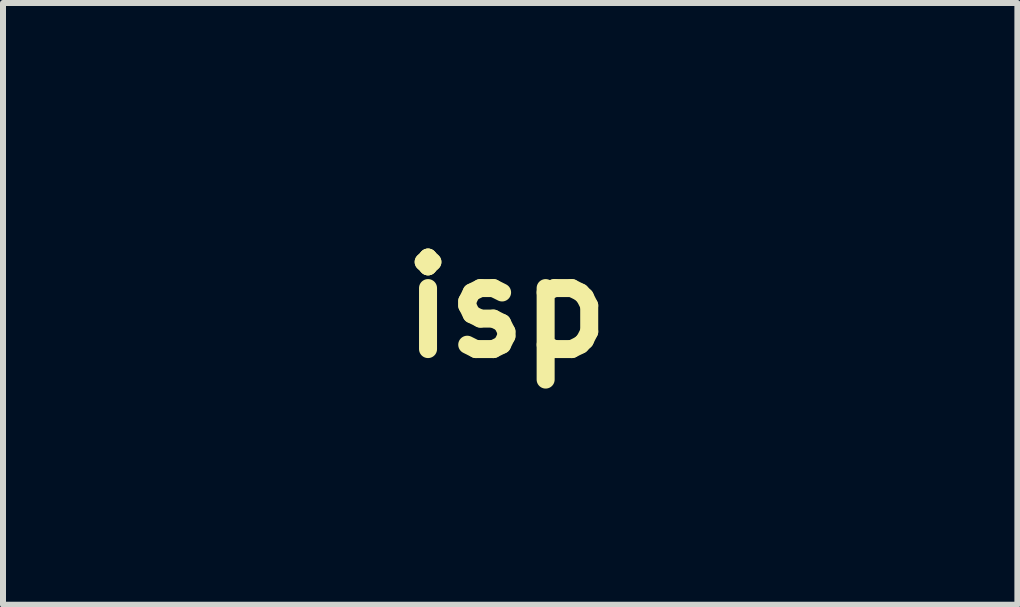
<source format=kicad_pcb>
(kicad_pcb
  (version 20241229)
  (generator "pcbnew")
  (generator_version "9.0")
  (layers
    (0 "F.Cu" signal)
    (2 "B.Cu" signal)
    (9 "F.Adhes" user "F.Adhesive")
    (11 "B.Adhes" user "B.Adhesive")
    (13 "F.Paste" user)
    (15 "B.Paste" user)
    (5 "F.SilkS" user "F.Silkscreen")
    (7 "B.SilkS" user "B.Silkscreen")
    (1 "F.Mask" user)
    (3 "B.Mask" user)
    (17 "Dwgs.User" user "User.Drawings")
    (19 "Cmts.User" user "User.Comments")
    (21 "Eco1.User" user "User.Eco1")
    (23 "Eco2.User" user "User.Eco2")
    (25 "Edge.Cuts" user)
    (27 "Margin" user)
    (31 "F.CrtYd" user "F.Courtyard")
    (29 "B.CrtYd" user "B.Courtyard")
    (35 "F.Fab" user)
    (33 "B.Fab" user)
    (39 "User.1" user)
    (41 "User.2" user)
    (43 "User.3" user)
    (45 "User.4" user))
  (footprint "isp"
    (layer "F.Cu")
    (at 5.387 2.076)
    (property "Reference" "isp" (at 0 0 0) (layer "F.SilkS") (effects (font (size 1.524 1.524) (thickness 0.3))))
    (attr through_hole)
    (fp_poly (pts (xy 1.58 0.452) (xy 0.564 0.452) (xy 0.564 0.198) (xy 1.58 0.198) (xy 1.58 0.452)) (stroke (width 0.01) (type solid)) (fill yes) (layer "F.Mask"))
    (fp_poly (pts (xy 3.528 -1.722) (xy 2.512 -1.722) (xy 2.512 -1.976) (xy 3.528 -1.976) (xy 3.528 -1.722)) (stroke (width 0.01) (type solid)) (fill yes) (layer "F.Mask"))
    (fp_poly (pts (xy -3.246 -0.706) (xy -2.427 -0.706) (xy -2.427 -0.423) (xy -3.246 -0.423) (xy -3.246 -0.085) (xy -3.443 -0.085) (xy -3.443 -1.044) (xy -3.246 -1.044) (xy -3.246 -0.706)) (stroke (width 0.01) (type solid)) (fill yes) (layer "F.Mask"))
    (fp_poly (pts (xy 5.503 0.105) (xy 5.16 0.286) (xy 4.818 0.466) (xy 5.16 0.474) (xy 5.503 0.482) (xy 5.503 0.734) (xy 4.459 0.734) (xy 4.46 0.586) (xy 4.46 0.437) (xy 4.805 0.254) (xy 5.151 0.071) (xy 4.805 0.063) (xy 4.459 0.055) (xy 4.459 -0.198) (xy 5.503 -0.198) (xy 5.503 0.105)) (stroke (width 0.01) (type solid)) (fill yes) (layer "F.Mask"))
    (fp_poly (pts (xy -0.452 -0.89) (xy -0.655 -0.685) (xy -0.859 -0.48) (xy -0.452 -0.48) (xy -0.452 -0.226) (xy -1.496 -0.226) (xy -1.496 -0.48) (xy -1.116 -0.48) (xy -1.306 -0.671) (xy -1.394 -0.761) (xy -1.449 -0.824) (xy -1.48 -0.875) (xy -1.493 -0.927) (xy -1.496 -0.993) (xy -1.496 -1.017) (xy -1.496 -1.171) (xy -1.003 -0.678) (xy -0.452 -1.227) (xy -0.452 -0.89)) (stroke (width 0.01) (type solid)) (fill yes) (layer "F.Mask"))
    (fp_poly (pts (xy -5.31 0.857) (xy -5.234 0.883) (xy -5.122 0.923) (xy -4.984 0.973) (xy -4.84 1.027) (xy -4.36 1.205) (xy -4.352 1.372) (xy -4.345 1.538) (xy -5.362 1.911) (xy -5.362 1.643) (xy -5.034 1.526) (xy -4.904 1.479) (xy -4.791 1.438) (xy -4.708 1.405) (xy -4.665 1.387) (xy -4.665 1.387) (xy -4.669 1.369) (xy -4.725 1.337) (xy -4.833 1.292) (xy -4.986 1.237) (xy -5.348 1.109) (xy -5.357 0.978) (xy -5.357 0.901) (xy -5.349 0.854) (xy -5.343 0.847) (xy -5.31 0.857)) (stroke (width 0.01) (type solid)) (fill yes) (layer "F.Mask"))
    (fp_poly (pts (xy 3.528 1.014) (xy 2.836 1.03) (xy 3.076 1.131) (xy 3.189 1.18) (xy 3.259 1.215) (xy 3.297 1.245) (xy 3.313 1.278) (xy 3.316 1.322) (xy 3.316 1.328) (xy 3.314 1.374) (xy 3.3 1.408) (xy 3.264 1.438) (xy 3.197 1.472) (xy 3.089 1.519) (xy 3.08 1.523) (xy 2.845 1.623) (xy 3.528 1.639) (xy 3.528 1.891) (xy 2.512 1.891) (xy 2.512 1.559) (xy 2.787 1.445) (xy 3.062 1.331) (xy 2.935 1.276) (xy 2.832 1.231) (xy 2.713 1.18) (xy 2.66 1.158) (xy 2.512 1.094) (xy 2.512 0.762) (xy 3.528 0.762) (xy 3.528 1.014)) (stroke (width 0.01) (type solid)) (fill yes) (layer "F.Mask"))
    (fp_poly (pts (xy 1.58 0.986) (xy 1.239 0.994) (xy 0.897 1.002) (xy 1.133 1.102) (xy 1.244 1.15) (xy 1.314 1.185) (xy 1.351 1.215) (xy 1.366 1.248) (xy 1.369 1.293) (xy 1.369 1.298) (xy 1.367 1.345) (xy 1.353 1.379) (xy 1.319 1.409) (xy 1.254 1.442) (xy 1.148 1.487) (xy 1.129 1.495) (xy 0.889 1.595) (xy 1.235 1.602) (xy 1.58 1.61) (xy 1.58 1.863) (xy 0.564 1.863) (xy 0.564 1.532) (xy 0.818 1.425) (xy 0.927 1.378) (xy 1.012 1.337) (xy 1.063 1.308) (xy 1.072 1.298) (xy 1.048 1.279) (xy 0.983 1.245) (xy 0.887 1.201) (xy 0.818 1.171) (xy 0.564 1.065) (xy 0.564 0.734) (xy 1.58 0.734) (xy 1.58 0.986)) (stroke (width 0.01) (type solid)) (fill yes) (layer "F.Mask"))
    (fp_poly (pts (xy -5.152 -0.015) (xy -5.19 0.13) (xy -5.179 0.259) (xy -5.124 0.364) (xy -5.027 0.438) (xy -4.903 0.472) (xy -4.753 0.469) (xy -4.636 0.422) (xy -4.557 0.336) (xy -4.519 0.212) (xy -4.516 0.155) (xy -4.528 0.059) (xy -4.559 -0.03) (xy -4.559 -0.03) (xy -4.602 -0.113) (xy -4.493 -0.113) (xy -4.421 -0.108) (xy -4.382 -0.084) (xy -4.357 -0.024) (xy -4.351 -0.004) (xy -4.318 0.184) (xy -4.334 0.355) (xy -4.393 0.503) (xy -4.489 0.623) (xy -4.617 0.708) (xy -4.77 0.753) (xy -4.945 0.752) (xy -5.045 0.73) (xy -5.167 0.668) (xy -5.268 0.562) (xy -5.341 0.427) (xy -5.381 0.273) (xy -5.38 0.113) (xy -5.379 0.107) (xy -5.354 -0.007) (xy -5.319 -0.075) (xy -5.266 -0.107) (xy -5.207 -0.113) (xy -5.111 -0.113) (xy -5.152 -0.015)) (stroke (width 0.01) (type solid)) (fill yes) (layer "F.Mask"))
    (fp_poly (pts (xy 5.179 -1.384) (xy 5.25 -1.348) (xy 5.347 -1.268) (xy 5.417 -1.176) (xy 5.464 -1.061) (xy 5.491 -0.912) (xy 5.501 -0.721) (xy 5.502 -0.67) (xy 5.503 -0.452) (xy 4.451 -0.452) (xy 4.467 -0.745) (xy 4.471 -0.793) (xy 4.664 -0.793) (xy 4.669 -0.737) (xy 4.672 -0.732) (xy 4.708 -0.72) (xy 4.792 -0.712) (xy 4.916 -0.71) (xy 4.991 -0.712) (xy 5.292 -0.72) (xy 5.289 -0.837) (xy 5.266 -0.971) (xy 5.2 -1.068) (xy 5.095 -1.125) (xy 5.088 -1.127) (xy 4.972 -1.14) (xy 4.859 -1.122) (xy 4.768 -1.076) (xy 4.73 -1.036) (xy 4.699 -0.965) (xy 4.675 -0.877) (xy 4.664 -0.793) (xy 4.471 -0.793) (xy 4.483 -0.932) (xy 4.509 -1.074) (xy 4.549 -1.18) (xy 4.604 -1.261) (xy 4.632 -1.289) (xy 4.749 -1.364) (xy 4.892 -1.406) (xy 5.041 -1.413) (xy 5.179 -1.384)) (stroke (width 0.01) (type solid)) (fill yes) (layer "F.Mask"))
    (fp_poly (pts (xy -4.429 -1.15) (xy -4.388 -1.117) (xy -4.359 -1.059) (xy -4.32 -0.902) (xy -4.327 -0.737) (xy -4.374 -0.58) (xy -4.459 -0.445) (xy -4.526 -0.382) (xy -4.65 -0.319) (xy -4.799 -0.289) (xy -4.955 -0.293) (xy -5.096 -0.334) (xy -5.096 -0.334) (xy -5.231 -0.426) (xy -5.326 -0.555) (xy -5.377 -0.714) (xy -5.382 -0.896) (xy -5.381 -0.909) (xy -5.36 -1.032) (xy -5.327 -1.109) (xy -5.276 -1.147) (xy -5.206 -1.157) (xy -5.141 -1.156) (xy -5.115 -1.144) (xy -5.121 -1.107) (xy -5.151 -1.034) (xy -5.189 -0.895) (xy -5.178 -0.772) (xy -5.153 -0.71) (xy -5.085 -0.628) (xy -4.979 -0.581) (xy -4.831 -0.564) (xy -4.823 -0.564) (xy -4.727 -0.57) (xy -4.66 -0.595) (xy -4.598 -0.647) (xy -4.533 -0.75) (xy -4.514 -0.879) (xy -4.543 -1.024) (xy -4.556 -1.059) (xy -4.597 -1.157) (xy -4.499 -1.157) (xy -4.429 -1.15)) (stroke (width 0.01) (type solid)) (fill yes) (layer "F.Mask"))
    (fp_poly (pts (xy -0.548 0.006) (xy -0.508 0.033) (xy -0.483 0.089) (xy -0.453 0.235) (xy -0.455 0.397) (xy -0.486 0.549) (xy -0.517 0.622) (xy -0.61 0.742) (xy -0.737 0.825) (xy -0.887 0.87) (xy -1.048 0.871) (xy -1.208 0.828) (xy -1.235 0.815) (xy -1.363 0.722) (xy -1.449 0.593) (xy -1.491 0.43) (xy -1.496 0.347) (xy -1.491 0.238) (xy -1.477 0.138) (xy -1.465 0.089) (xy -1.435 0.028) (xy -1.39 0.003) (xy -1.335 0) (xy -1.27 0.004) (xy -1.25 0.022) (xy -1.256 0.049) (xy -1.305 0.214) (xy -1.307 0.354) (xy -1.265 0.465) (xy -1.18 0.544) (xy -1.056 0.586) (xy -0.972 0.593) (xy -0.871 0.587) (xy -0.8 0.565) (xy -0.735 0.518) (xy -0.732 0.515) (xy -0.676 0.455) (xy -0.65 0.392) (xy -0.644 0.303) (xy -0.654 0.202) (xy -0.677 0.109) (xy -0.687 0.085) (xy -0.729 0) (xy -0.621 0) (xy -0.548 0.006)) (stroke (width 0.01) (type solid)) (fill yes) (layer "F.Mask"))
    (fp_poly (pts (xy -2.427 1.241) (xy -2.598 1.327) (xy -2.719 1.399) (xy -2.786 1.467) (xy -2.796 1.487) (xy -2.816 1.559) (xy -2.803 1.604) (xy -2.751 1.628) (xy -2.652 1.636) (xy -2.611 1.637) (xy -2.427 1.637) (xy -2.427 1.891) (xy -3.448 1.891) (xy -3.438 1.569) (xy -3.437 1.531) (xy -3.246 1.531) (xy -3.246 1.64) (xy -3.126 1.631) (xy -3.049 1.622) (xy -3.012 1.6) (xy -2.998 1.555) (xy -2.997 1.547) (xy -3.004 1.452) (xy -3.044 1.384) (xy -3.107 1.355) (xy -3.114 1.355) (xy -3.19 1.374) (xy -3.233 1.434) (xy -3.246 1.531) (xy -3.437 1.531) (xy -3.433 1.427) (xy -3.426 1.33) (xy -3.415 1.265) (xy -3.397 1.22) (xy -3.37 1.184) (xy -3.361 1.173) (xy -3.268 1.112) (xy -3.158 1.096) (xy -3.049 1.123) (xy -2.966 1.183) (xy -2.915 1.233) (xy -2.887 1.246) (xy -2.864 1.224) (xy -2.856 1.211) (xy -2.815 1.173) (xy -2.739 1.122) (xy -2.642 1.067) (xy -2.625 1.058) (xy -2.427 0.959) (xy -2.427 1.241)) (stroke (width 0.01) (type solid)) (fill yes) (layer "F.Mask"))
    (fp_poly (pts (xy 1.265 -2.047) (xy 1.412 -1.981) (xy 1.522 -1.875) (xy 1.579 -1.769) (xy 1.602 -1.658) (xy 1.607 -1.524) (xy 1.592 -1.393) (xy 1.57 -1.318) (xy 1.486 -1.189) (xy 1.364 -1.093) (xy 1.216 -1.036) (xy 1.052 -1.021) (xy 0.883 -1.051) (xy 0.866 -1.057) (xy 0.727 -1.127) (xy 0.631 -1.228) (xy 0.574 -1.363) (xy 0.554 -1.538) (xy 0.553 -1.556) (xy 0.555 -1.593) (xy 0.743 -1.593) (xy 0.745 -1.495) (xy 0.794 -1.404) (xy 0.854 -1.352) (xy 0.961 -1.312) (xy 1.087 -1.301) (xy 1.213 -1.318) (xy 1.316 -1.363) (xy 1.34 -1.383) (xy 1.399 -1.473) (xy 1.412 -1.577) (xy 1.378 -1.676) (xy 1.341 -1.721) (xy 1.248 -1.775) (xy 1.127 -1.8) (xy 0.998 -1.796) (xy 0.882 -1.761) (xy 0.877 -1.758) (xy 0.787 -1.685) (xy 0.743 -1.593) (xy 0.555 -1.593) (xy 0.557 -1.671) (xy 0.574 -1.754) (xy 0.609 -1.827) (xy 0.627 -1.855) (xy 0.733 -1.971) (xy 0.871 -2.042) (xy 1.043 -2.07) (xy 1.087 -2.071) (xy 1.265 -2.047)) (stroke (width 0.01) (type solid)) (fill yes) (layer "F.Mask"))
    (fp_poly (pts (xy 3.269 -0.455) (xy 3.399 -0.368) (xy 3.493 -0.244) (xy 3.546 -0.087) (xy 3.556 0.025) (xy 3.534 0.205) (xy 3.469 0.349) (xy 3.359 0.459) (xy 3.299 0.495) (xy 3.195 0.53) (xy 3.064 0.548) (xy 2.934 0.548) (xy 2.854 0.533) (xy 2.7 0.465) (xy 2.592 0.364) (xy 2.525 0.228) (xy 2.503 0.074) (xy 2.686 0.074) (xy 2.73 0.168) (xy 2.823 0.239) (xy 2.832 0.243) (xy 2.939 0.271) (xy 3.063 0.272) (xy 3.183 0.25) (xy 3.276 0.207) (xy 3.291 0.194) (xy 3.348 0.106) (xy 3.359 0.003) (xy 3.324 -0.096) (xy 3.286 -0.143) (xy 3.238 -0.181) (xy 3.183 -0.201) (xy 3.104 -0.21) (xy 3.015 -0.212) (xy 2.908 -0.21) (xy 2.841 -0.2) (xy 2.795 -0.178) (xy 2.755 -0.139) (xy 2.749 -0.132) (xy 2.691 -0.029) (xy 2.686 0.074) (xy 2.503 0.074) (xy 2.5 0.054) (xy 2.499 0.03) (xy 2.52 -0.151) (xy 2.584 -0.297) (xy 2.689 -0.406) (xy 2.836 -0.476) (xy 2.929 -0.497) (xy 3.111 -0.5) (xy 3.269 -0.455)) (stroke (width 0.01) (type solid)) (fill yes) (layer "F.Mask"))
    (fp_poly (pts (xy -2.593 0.052) (xy -2.498 0.12) (xy -2.435 0.229) (xy -2.407 0.378) (xy -2.415 0.562) (xy -2.427 0.635) (xy -2.462 0.818) (xy -2.571 0.818) (xy -2.641 0.816) (xy -2.679 0.81) (xy -2.681 0.808) (xy -2.673 0.777) (xy -2.651 0.712) (xy -2.639 0.677) (xy -2.603 0.538) (xy -2.598 0.422) (xy -2.622 0.337) (xy -2.675 0.289) (xy -2.714 0.282) (xy -2.756 0.295) (xy -2.79 0.338) (xy -2.821 0.421) (xy -2.849 0.528) (xy -2.896 0.668) (xy -2.963 0.759) (xy -3.056 0.807) (xy -3.157 0.818) (xy -3.248 0.813) (xy -3.308 0.792) (xy -3.36 0.743) (xy -3.369 0.733) (xy -3.439 0.611) (xy -3.468 0.461) (xy -3.46 0.309) (xy -3.442 0.197) (xy -3.423 0.13) (xy -3.392 0.097) (xy -3.344 0.086) (xy -3.31 0.085) (xy -3.245 0.088) (xy -3.223 0.107) (xy -3.231 0.148) (xy -3.245 0.212) (xy -3.259 0.306) (xy -3.265 0.368) (xy -3.27 0.466) (xy -3.26 0.526) (xy -3.233 0.563) (xy -3.232 0.564) (xy -3.177 0.588) (xy -3.128 0.561) (xy -3.084 0.482) (xy -3.044 0.35) (xy -2.996 0.204) (xy -2.936 0.106) (xy -2.855 0.05) (xy -2.748 0.029) (xy -2.72 0.028) (xy -2.593 0.052)) (stroke (width 0.01) (type solid)) (fill yes) (layer "F.Mask"))
    (fp_poly (pts (xy -0.633 1.085) (xy -0.537 1.154) (xy -0.507 1.194) (xy -0.472 1.287) (xy -0.454 1.415) (xy -0.452 1.559) (xy -0.468 1.7) (xy -0.481 1.757) (xy -0.505 1.825) (xy -0.537 1.855) (xy -0.6 1.862) (xy -0.625 1.863) (xy -0.697 1.859) (xy -0.724 1.845) (xy -0.719 1.814) (xy -0.719 1.813) (xy -0.681 1.706) (xy -0.653 1.59) (xy -0.639 1.488) (xy -0.641 1.431) (xy -0.673 1.345) (xy -0.72 1.308) (xy -0.773 1.317) (xy -0.824 1.37) (xy -0.864 1.465) (xy -0.872 1.497) (xy -0.918 1.657) (xy -0.978 1.767) (xy -1.057 1.833) (xy -1.162 1.86) (xy -1.208 1.862) (xy -1.294 1.847) (xy -1.352 1.823) (xy -1.423 1.765) (xy -1.469 1.679) (xy -1.491 1.555) (xy -1.494 1.453) (xy -1.493 1.313) (xy -1.484 1.22) (xy -1.464 1.165) (xy -1.429 1.138) (xy -1.374 1.129) (xy -1.356 1.129) (xy -1.252 1.129) (xy -1.291 1.291) (xy -1.312 1.425) (xy -1.304 1.527) (xy -1.268 1.59) (xy -1.215 1.609) (xy -1.163 1.591) (xy -1.124 1.535) (xy -1.095 1.431) (xy -1.087 1.391) (xy -1.048 1.259) (xy -0.98 1.15) (xy -0.896 1.078) (xy -0.864 1.064) (xy -0.749 1.053) (xy -0.633 1.085)) (stroke (width 0.01) (type solid)) (fill yes) (layer "F.Mask"))
    (fp_poly (pts (xy 5.186 0.966) (xy 5.433 0.974) (xy 5.469 1.086) (xy 5.489 1.175) (xy 5.502 1.292) (xy 5.507 1.39) (xy 5.502 1.512) (xy 5.484 1.602) (xy 5.447 1.686) (xy 5.435 1.706) (xy 5.335 1.824) (xy 5.2 1.904) (xy 5.042 1.943) (xy 4.87 1.937) (xy 4.787 1.918) (xy 4.684 1.865) (xy 4.585 1.776) (xy 4.51 1.671) (xy 4.498 1.645) (xy 4.472 1.545) (xy 4.461 1.413) (xy 4.464 1.274) (xy 4.481 1.149) (xy 4.5 1.086) (xy 4.536 1.019) (xy 4.582 0.992) (xy 4.63 0.988) (xy 4.69 0.992) (xy 4.708 1.014) (xy 4.699 1.051) (xy 4.687 1.112) (xy 4.674 1.207) (xy 4.665 1.304) (xy 4.659 1.407) (xy 4.663 1.472) (xy 4.682 1.519) (xy 4.721 1.565) (xy 4.736 1.579) (xy 4.795 1.631) (xy 4.855 1.656) (xy 4.939 1.665) (xy 4.977 1.665) (xy 5.121 1.644) (xy 5.232 1.585) (xy 5.302 1.49) (xy 5.322 1.426) (xy 5.331 1.316) (xy 5.306 1.247) (xy 5.244 1.217) (xy 5.205 1.214) (xy 5.14 1.219) (xy 5.113 1.243) (xy 5.108 1.298) (xy 5.101 1.358) (xy 5.068 1.38) (xy 5.024 1.383) (xy 4.939 1.383) (xy 4.939 0.957) (xy 5.186 0.966)) (stroke (width 0.01) (type solid)) (fill yes) (layer "F.Mask"))
    (fp_poly (pts (xy 3.345 -1.467) (xy 3.443 -1.411) (xy 3.512 -1.321) (xy 3.515 -1.314) (xy 3.542 -1.205) (xy 3.553 -1.067) (xy 3.546 -0.923) (xy 3.522 -0.8) (xy 3.519 -0.79) (xy 3.489 -0.723) (xy 3.444 -0.693) (xy 3.38 -0.683) (xy 3.312 -0.68) (xy 3.276 -0.684) (xy 3.274 -0.686) (xy 3.282 -0.718) (xy 3.304 -0.784) (xy 3.316 -0.818) (xy 3.351 -0.953) (xy 3.359 -1.072) (xy 3.34 -1.164) (xy 3.297 -1.216) (xy 3.236 -1.227) (xy 3.184 -1.185) (xy 3.139 -1.091) (xy 3.108 -0.978) (xy 3.056 -0.84) (xy 2.977 -0.741) (xy 2.876 -0.686) (xy 2.763 -0.678) (xy 2.66 -0.715) (xy 2.574 -0.782) (xy 2.523 -0.874) (xy 2.5 -1.003) (xy 2.499 -1.072) (xy 2.502 -1.218) (xy 2.515 -1.315) (xy 2.539 -1.374) (xy 2.58 -1.403) (xy 2.64 -1.411) (xy 2.643 -1.411) (xy 2.709 -1.407) (xy 2.732 -1.389) (xy 2.727 -1.348) (xy 2.696 -1.203) (xy 2.685 -1.077) (xy 2.693 -1.001) (xy 2.718 -0.948) (xy 2.767 -0.935) (xy 2.787 -0.937) (xy 2.828 -0.947) (xy 2.858 -0.973) (xy 2.882 -1.029) (xy 2.91 -1.125) (xy 2.915 -1.143) (xy 2.949 -1.251) (xy 2.989 -1.345) (xy 3.026 -1.403) (xy 3.12 -1.466) (xy 3.232 -1.487) (xy 3.345 -1.467)) (stroke (width 0.01) (type solid)) (fill yes) (layer "F.Mask"))
    (fp_poly (pts (xy 1.384 -0.832) (xy 1.492 -0.772) (xy 1.554 -0.699) (xy 1.584 -0.643) (xy 1.6 -0.583) (xy 1.604 -0.501) (xy 1.599 -0.381) (xy 1.589 -0.241) (xy 1.576 -0.149) (xy 1.555 -0.093) (xy 1.52 -0.066) (xy 1.468 -0.057) (xy 1.438 -0.056) (xy 1.329 -0.056) (xy 1.37 -0.173) (xy 1.402 -0.297) (xy 1.411 -0.411) (xy 1.397 -0.504) (xy 1.364 -0.566) (xy 1.313 -0.589) (xy 1.284 -0.583) (xy 1.243 -0.549) (xy 1.206 -0.478) (xy 1.168 -0.361) (xy 1.157 -0.318) (xy 1.123 -0.224) (xy 1.076 -0.141) (xy 1.064 -0.126) (xy 0.978 -0.065) (xy 0.87 -0.038) (xy 0.763 -0.051) (xy 0.736 -0.063) (xy 0.633 -0.145) (xy 0.573 -0.26) (xy 0.552 -0.413) (xy 0.552 -0.417) (xy 0.555 -0.53) (xy 0.566 -0.637) (xy 0.573 -0.684) (xy 0.592 -0.754) (xy 0.623 -0.783) (xy 0.685 -0.79) (xy 0.696 -0.79) (xy 0.763 -0.787) (xy 0.786 -0.768) (xy 0.781 -0.716) (xy 0.777 -0.699) (xy 0.748 -0.525) (xy 0.744 -0.399) (xy 0.768 -0.321) (xy 0.819 -0.288) (xy 0.856 -0.288) (xy 0.892 -0.303) (xy 0.921 -0.343) (xy 0.948 -0.422) (xy 0.963 -0.48) (xy 0.996 -0.607) (xy 1.024 -0.691) (xy 1.051 -0.744) (xy 1.086 -0.778) (xy 1.131 -0.805) (xy 1.26 -0.845) (xy 1.384 -0.832)) (stroke (width 0.01) (type solid)) (fill yes) (layer "F.Mask")))
  (gr_rect
    (start -3 -3)
    (end 13.899 7.024)
    (stroke (width 0.1) (type default))
    (fill no)
    (layer "Edge.Cuts")))
</source>
